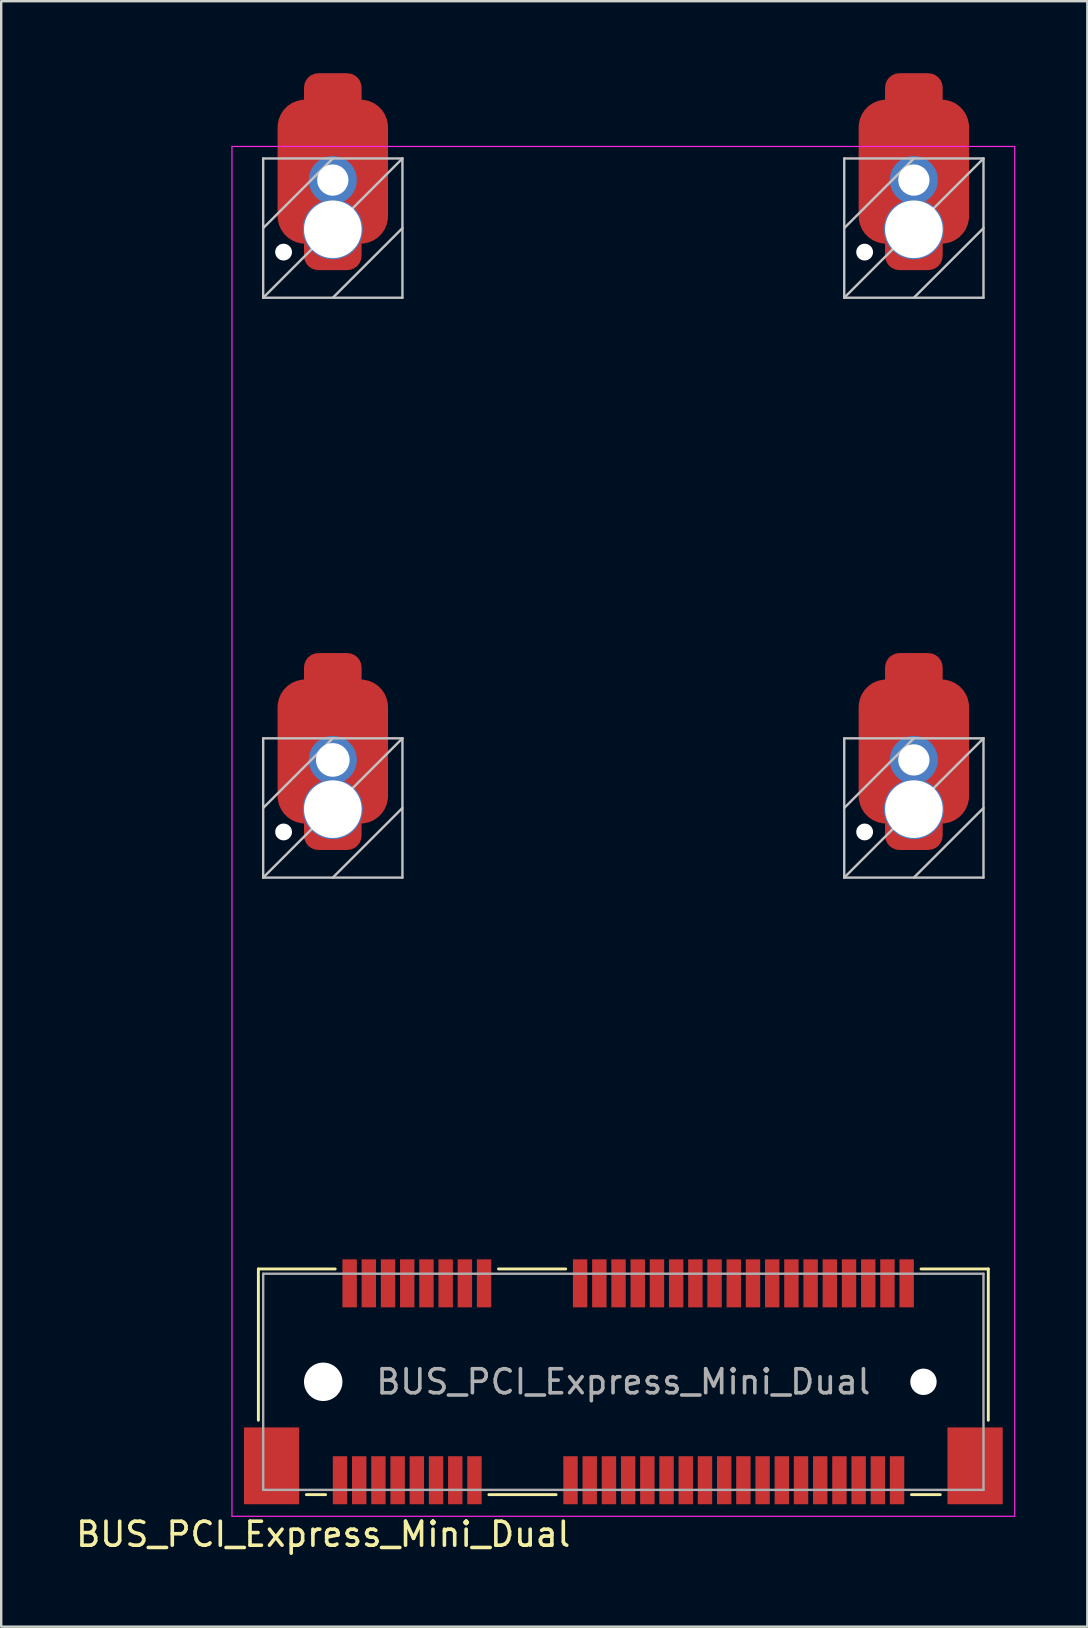
<source format=kicad_pcb>
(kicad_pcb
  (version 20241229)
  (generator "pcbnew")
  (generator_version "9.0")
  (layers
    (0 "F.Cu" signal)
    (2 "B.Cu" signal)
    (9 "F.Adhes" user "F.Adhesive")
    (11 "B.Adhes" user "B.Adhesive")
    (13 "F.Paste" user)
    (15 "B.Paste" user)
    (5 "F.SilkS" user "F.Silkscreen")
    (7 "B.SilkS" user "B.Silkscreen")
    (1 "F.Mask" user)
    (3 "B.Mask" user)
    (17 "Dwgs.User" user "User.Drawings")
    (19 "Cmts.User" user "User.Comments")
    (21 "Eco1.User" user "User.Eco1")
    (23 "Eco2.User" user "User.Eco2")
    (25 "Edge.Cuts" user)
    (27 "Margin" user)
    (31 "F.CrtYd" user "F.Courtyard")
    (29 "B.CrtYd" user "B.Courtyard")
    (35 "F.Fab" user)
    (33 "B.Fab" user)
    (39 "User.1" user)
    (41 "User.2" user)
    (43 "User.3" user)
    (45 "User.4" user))
  (footprint "BUS_PCI_Express_Mini_Dual"
    (layer "F.Cu")
    (at 22.911 54.5)
    (property "Reference" "BUS_PCI_Express_Mini_Dual" (at -12.5 6.35 180) (layer "F.SilkS") (effects (font (size 1 1) (thickness 0.15))))
    (attr smd)
    (fp_line (start -15.2 -4.7) (end -15.2 1.6) (stroke (width 0.12) (type solid)) (layer "F.SilkS"))
    (fp_line (start -13.2 4.7) (end -12.4 4.7) (stroke (width 0.12) (type solid)) (layer "F.SilkS"))
    (fp_line (start -12 -4.7) (end -15.2 -4.7) (stroke (width 0.12) (type solid)) (layer "F.SilkS"))
    (fp_line (start -5.6 4.7) (end -2.8 4.7) (stroke (width 0.12) (type solid)) (layer "F.SilkS"))
    (fp_line (start -5.2 -4.7) (end -2.4 -4.7) (stroke (width 0.12) (type solid)) (layer "F.SilkS"))
    (fp_line (start 12 4.7) (end 13.2 4.7) (stroke (width 0.12) (type solid)) (layer "F.SilkS"))
    (fp_line (start 12.4 -4.7) (end 15.2 -4.7) (stroke (width 0.12) (type solid)) (layer "F.SilkS"))
    (fp_line (start 15.2 1.6) (end 15.2 -4.7) (stroke (width 0.12) (type solid)) (layer "F.SilkS"))
    (fp_line (start -15 -50.95) (end -15 -45.15) (stroke (width 0.1) (type solid)) (layer "Dwgs.User"))
    (fp_line (start -15 -50.95) (end -9.2 -50.95) (stroke (width 0.1) (type solid)) (layer "Dwgs.User"))
    (fp_line (start -15 -45.15) (end -9.2 -45.15) (stroke (width 0.1) (type solid)) (layer "Dwgs.User"))
    (fp_line (start -15 -26.8) (end -15 -21) (stroke (width 0.1) (type solid)) (layer "Dwgs.User"))
    (fp_line (start -15 -21) (end -9.2 -21) (stroke (width 0.1) (type solid)) (layer "Dwgs.User"))
    (fp_line (start -12.1 -50.95) (end -15 -48.05) (stroke (width 0.1) (type solid)) (layer "Dwgs.User"))
    (fp_line (start -12.1 -26.8) (end -15 -23.9) (stroke (width 0.1) (type solid)) (layer "Dwgs.User"))
    (fp_line (start -9.2 -50.95) (end -15 -45.15) (stroke (width 0.1) (type solid)) (layer "Dwgs.User"))
    (fp_line (start -9.2 -50.95) (end -9.2 -45.15) (stroke (width 0.1) (type solid)) (layer "Dwgs.User"))
    (fp_line (start -9.2 -48.05) (end -12.1 -45.15) (stroke (width 0.1) (type solid)) (layer "Dwgs.User"))
    (fp_line (start -9.2 -26.8) (end -15 -26.8) (stroke (width 0.1) (type solid)) (layer "Dwgs.User"))
    (fp_line (start -9.2 -26.8) (end -15 -21) (stroke (width 0.1) (type solid)) (layer "Dwgs.User"))
    (fp_line (start -9.2 -23.9) (end -12.1 -21) (stroke (width 0.1) (type solid)) (layer "Dwgs.User"))
    (fp_line (start -9.2 -21) (end -9.2 -26.8) (stroke (width 0.1) (type solid)) (layer "Dwgs.User"))
    (fp_line (start 9.2 -50.95) (end 9.2 -45.15) (stroke (width 0.1) (type solid)) (layer "Dwgs.User"))
    (fp_line (start 9.2 -50.95) (end 15 -50.95) (stroke (width 0.1) (type solid)) (layer "Dwgs.User"))
    (fp_line (start 9.2 -45.15) (end 15 -45.15) (stroke (width 0.1) (type solid)) (layer "Dwgs.User"))
    (fp_line (start 9.2 -26.8) (end 15 -26.8) (stroke (width 0.1) (type solid)) (layer "Dwgs.User"))
    (fp_line (start 9.2 -21) (end 9.2 -26.8) (stroke (width 0.1) (type solid)) (layer "Dwgs.User"))
    (fp_line (start 12.1 -50.95) (end 9.2 -48.05) (stroke (width 0.1) (type solid)) (layer "Dwgs.User"))
    (fp_line (start 12.1 -26.8) (end 9.2 -23.9) (stroke (width 0.1) (type solid)) (layer "Dwgs.User"))
    (fp_line (start 15 -50.95) (end 9.2 -45.15) (stroke (width 0.1) (type solid)) (layer "Dwgs.User"))
    (fp_line (start 15 -50.95) (end 15 -45.15) (stroke (width 0.1) (type solid)) (layer "Dwgs.User"))
    (fp_line (start 15 -48.05) (end 12.1 -45.15) (stroke (width 0.1) (type solid)) (layer "Dwgs.User"))
    (fp_line (start 15 -26.8) (end 9.2 -21) (stroke (width 0.1) (type solid)) (layer "Dwgs.User"))
    (fp_line (start 15 -26.8) (end 15 -21) (stroke (width 0.1) (type solid)) (layer "Dwgs.User"))
    (fp_line (start 15 -23.9) (end 12.1 -21) (stroke (width 0.1) (type solid)) (layer "Dwgs.User"))
    (fp_line (start 15 -21) (end 9.2 -21) (stroke (width 0.1) (type solid)) (layer "Dwgs.User"))
    (fp_line (start -16.3 -51.45) (end 16.3 -51.45) (stroke (width 0.05) (type solid)) (layer "F.CrtYd"))
    (fp_line (start -16.3 5.6) (end -16.3 -51.45) (stroke (width 0.05) (type solid)) (layer "F.CrtYd"))
    (fp_line (start 16.3 -51.45) (end 16.3 5.6) (stroke (width 0.05) (type solid)) (layer "F.CrtYd"))
    (fp_line (start 16.3 5.6) (end -16.3 5.6) (stroke (width 0.05) (type solid)) (layer "F.CrtYd"))
    (fp_line (start -15 -4.5) (end -15 4.5) (stroke (width 0.1) (type solid)) (layer "F.Fab"))
    (fp_line (start -15 4.5) (end 15 4.5) (stroke (width 0.1) (type solid)) (layer "F.Fab"))
    (fp_line (start 15 -4.5) (end -15 -4.5) (stroke (width 0.1) (type solid)) (layer "F.Fab"))
    (fp_line (start 15 4.5) (end 15 -4.5) (stroke (width 0.1) (type solid)) (layer "F.Fab"))
    (fp_text user "${REFERENCE}" (at 0 0 0) (layer "F.Fab") (effects (font (size 1 1) (thickness 0.15))))
    (pad "" np_thru_hole circle (at -14.15 -47.05) (size 0.7 0.7) (drill 0.7) (layers "*.Cu" "*.Mask"))
    (pad "" np_thru_hole circle (at -14.15 -22.9) (size 0.7 0.7) (drill 0.7) (layers "*.Cu" "*.Mask"))
    (pad "" np_thru_hole circle (at -12.5 0) (size 1.6 1.6) (drill 1.6) (layers "*.Cu" "*.Mask"))
    (pad "" np_thru_hole circle (at 10.05 -47.05) (size 0.7 0.7) (drill 0.7) (layers "*.Cu" "*.Mask"))
    (pad "" np_thru_hole circle (at 10.05 -22.9) (size 0.7 0.7) (drill 0.7) (layers "*.Cu" "*.Mask"))
    (pad "" np_thru_hole circle (at 12.5 0) (size 1.1 1.1) (drill 1.1) (layers "*.Cu" "*.Mask"))
    (pad "1" smd rect (at -11.8 4.1) (size 0.6 2) (layers "F.Cu" "F.Mask" "F.Paste"))
    (pad "2" smd rect (at -11.4 -4.1) (size 0.6 2) (layers "F.Cu" "F.Mask" "F.Paste"))
    (pad "3" smd rect (at -11 4.1) (size 0.6 2) (layers "F.Cu" "F.Mask" "F.Paste"))
    (pad "4" smd rect (at -10.6 -4.1) (size 0.6 2) (layers "F.Cu" "F.Mask" "F.Paste"))
    (pad "5" smd rect (at -10.2 4.1) (size 0.6 2) (layers "F.Cu" "F.Mask" "F.Paste"))
    (pad "6" smd rect (at -9.8 -4.1) (size 0.6 2) (layers "F.Cu" "F.Mask" "F.Paste"))
    (pad "7" smd rect (at -9.4 4.1) (size 0.6 2) (layers "F.Cu" "F.Mask" "F.Paste"))
    (pad "8" smd rect (at -9 -4.1) (size 0.6 2) (layers "F.Cu" "F.Mask" "F.Paste"))
    (pad "9" smd rect (at -8.6 4.1) (size 0.6 2) (layers "F.Cu" "F.Mask" "F.Paste"))
    (pad "10" smd rect (at -8.2 -4.1) (size 0.6 2) (layers "F.Cu" "F.Mask" "F.Paste"))
    (pad "11" smd rect (at -7.8 4.1) (size 0.6 2) (layers "F.Cu" "F.Mask" "F.Paste"))
    (pad "12" smd rect (at -7.4 -4.1) (size 0.6 2) (layers "F.Cu" "F.Mask" "F.Paste"))
    (pad "13" smd rect (at -7 4.1) (size 0.6 2) (layers "F.Cu" "F.Mask" "F.Paste"))
    (pad "14" smd rect (at -6.6 -4.1) (size 0.6 2) (layers "F.Cu" "F.Mask" "F.Paste"))
    (pad "15" smd rect (at -6.2 4.1) (size 0.6 2) (layers "F.Cu" "F.Mask" "F.Paste"))
    (pad "16" smd rect (at -5.8 -4.1) (size 0.6 2) (layers "F.Cu" "F.Mask" "F.Paste"))
    (pad "17" smd rect (at -2.2 4.1) (size 0.6 2) (layers "F.Cu" "F.Mask" "F.Paste"))
    (pad "18" smd rect (at -1.8 -4.1) (size 0.6 2) (layers "F.Cu" "F.Mask" "F.Paste"))
    (pad "19" smd rect (at -1.4 4.1) (size 0.6 2) (layers "F.Cu" "F.Mask" "F.Paste"))
    (pad "20" smd rect (at -1 -4.1) (size 0.6 2) (layers "F.Cu" "F.Mask" "F.Paste"))
    (pad "21" smd rect (at -0.6 4.1) (size 0.6 2) (layers "F.Cu" "F.Mask" "F.Paste"))
    (pad "22" smd rect (at -0.2 -4.1) (size 0.6 2) (layers "F.Cu" "F.Mask" "F.Paste"))
    (pad "23" smd rect (at 0.2 4.1) (size 0.6 2) (layers "F.Cu" "F.Mask" "F.Paste"))
    (pad "24" smd rect (at 0.6 -4.1) (size 0.6 2) (layers "F.Cu" "F.Mask" "F.Paste"))
    (pad "25" smd rect (at 1 4.1) (size 0.6 2) (layers "F.Cu" "F.Mask" "F.Paste"))
    (pad "26" smd rect (at 1.4 -4.1) (size 0.6 2) (layers "F.Cu" "F.Mask" "F.Paste"))
    (pad "27" smd rect (at 1.8 4.1) (size 0.6 2) (layers "F.Cu" "F.Mask" "F.Paste"))
    (pad "28" smd rect (at 2.2 -4.1) (size 0.6 2) (layers "F.Cu" "F.Mask" "F.Paste"))
    (pad "29" smd rect (at 2.6 4.1) (size 0.6 2) (layers "F.Cu" "F.Mask" "F.Paste"))
    (pad "30" smd rect (at 3 -4.1) (size 0.6 2) (layers "F.Cu" "F.Mask" "F.Paste"))
    (pad "31" smd rect (at 3.4 4.1) (size 0.6 2) (layers "F.Cu" "F.Mask" "F.Paste"))
    (pad "32" smd rect (at 3.8 -4.1) (size 0.6 2) (layers "F.Cu" "F.Mask" "F.Paste"))
    (pad "33" smd rect (at 4.2 4.1) (size 0.6 2) (layers "F.Cu" "F.Mask" "F.Paste"))
    (pad "34" smd rect (at 4.6 -4.1) (size 0.6 2) (layers "F.Cu" "F.Mask" "F.Paste"))
    (pad "35" smd rect (at 5 4.1) (size 0.6 2) (layers "F.Cu" "F.Mask" "F.Paste"))
    (pad "36" smd rect (at 5.4 -4.1) (size 0.6 2) (layers "F.Cu" "F.Mask" "F.Paste"))
    (pad "37" smd rect (at 5.8 4.1) (size 0.6 2) (layers "F.Cu" "F.Mask" "F.Paste"))
    (pad "38" smd rect (at 6.2 -4.1) (size 0.6 2) (layers "F.Cu" "F.Mask" "F.Paste"))
    (pad "39" smd rect (at 6.6 4.1) (size 0.6 2) (layers "F.Cu" "F.Mask" "F.Paste"))
    (pad "40" smd rect (at 7 -4.1) (size 0.6 2) (layers "F.Cu" "F.Mask" "F.Paste"))
    (pad "41" smd rect (at 7.4 4.1) (size 0.6 2) (layers "F.Cu" "F.Mask" "F.Paste"))
    (pad "42" smd rect (at 7.8 -4.1) (size 0.6 2) (layers "F.Cu" "F.Mask" "F.Paste"))
    (pad "43" smd rect (at 8.2 4.1) (size 0.6 2) (layers "F.Cu" "F.Mask" "F.Paste"))
    (pad "44" smd rect (at 8.6 -4.1) (size 0.6 2) (layers "F.Cu" "F.Mask" "F.Paste"))
    (pad "45" smd rect (at 9 4.1) (size 0.6 2) (layers "F.Cu" "F.Mask" "F.Paste"))
    (pad "46" smd rect (at 9.4 -4.1) (size 0.6 2) (layers "F.Cu" "F.Mask" "F.Paste"))
    (pad "47" smd rect (at 9.8 4.1) (size 0.6 2) (layers "F.Cu" "F.Mask" "F.Paste"))
    (pad "48" smd rect (at 10.2 -4.1) (size 0.6 2) (layers "F.Cu" "F.Mask" "F.Paste"))
    (pad "49" smd rect (at 10.6 4.1) (size 0.6 2) (layers "F.Cu" "F.Mask" "F.Paste"))
    (pad "50" smd rect (at 11 -4.1) (size 0.6 2) (layers "F.Cu" "F.Mask" "F.Paste"))
    (pad "51" smd rect (at 11.4 4.1) (size 0.6 2) (layers "F.Cu" "F.Mask" "F.Paste"))
    (pad "52" smd rect (at 11.8 -4.1) (size 0.6 2) (layers "F.Cu" "F.Mask" "F.Paste"))
    (pad "MP" smd rect (at -14.65 3.5) (size 2.3 3.2) (layers "F.Cu" "F.Mask" "F.Paste"))
    (pad "MP" smd roundrect (at -12.1 -50.4 90) (size 6 4.6) (layers "F.Cu" "F.Mask" "F.Paste") (roundrect_rratio 0.25))
    (pad "MP" smd roundrect (at -12.1 -50.4 90) (size 8.2 2.4) (layers "F.Cu" "F.Mask" "F.Paste") (roundrect_rratio 0.25))
    (pad "MP" thru_hole circle (at -12.1 -50.05) (size 2 2) (drill 1.3) (layers "*.Cu" "*.Mask"))
    (pad "MP" thru_hole circle (at -12.1 -48) (size 2.5 2.5) (drill 2.4) (layers "*.Cu" "*.Mask"))
    (pad "MP" smd roundrect (at -12.1 -26.25 90) (size 6 4.6) (layers "F.Cu" "F.Mask" "F.Paste") (roundrect_rratio 0.25))
    (pad "MP" smd roundrect (at -12.1 -26.25 90) (size 8.2 2.4) (layers "F.Cu" "F.Mask" "F.Paste") (roundrect_rratio 0.25))
    (pad "MP" thru_hole circle (at -12.1 -25.9) (size 2 2) (drill 1.4) (layers "*.Cu" "*.Mask"))
    (pad "MP" thru_hole circle (at -12.1 -23.85) (size 2.5 2.5) (drill 2.4) (layers "*.Cu" "*.Mask"))
    (pad "MP" smd roundrect (at 12.1 -50.4 90) (size 6 4.6) (layers "F.Cu" "F.Mask" "F.Paste") (roundrect_rratio 0.25))
    (pad "MP" smd roundrect (at 12.1 -50.4 90) (size 8.2 2.4) (layers "F.Cu" "F.Mask" "F.Paste") (roundrect_rratio 0.25))
    (pad "MP" thru_hole circle (at 12.1 -50.05) (size 2 2) (drill 1.3) (layers "*.Cu" "*.Mask"))
    (pad "MP" thru_hole circle (at 12.1 -48) (size 2.5 2.5) (drill 2.4) (layers "*.Cu" "*.Mask"))
    (pad "MP" smd roundrect (at 12.1 -26.25 90) (size 6 4.6) (layers "F.Cu" "F.Mask" "F.Paste") (roundrect_rratio 0.25))
    (pad "MP" smd roundrect (at 12.1 -26.25 90) (size 8.2 2.4) (layers "F.Cu" "F.Mask" "F.Paste") (roundrect_rratio 0.25))
    (pad "MP" thru_hole circle (at 12.1 -25.9) (size 2 2) (drill 1.3) (layers "*.Cu" "*.Mask"))
    (pad "MP" thru_hole circle (at 12.1 -23.85) (size 2.5 2.5) (drill 2.4) (layers "*.Cu" "*.Mask"))
    (pad "MP" smd rect (at 14.65 3.5) (size 2.3 3.2) (layers "F.Cu" "F.Mask" "F.Paste")))
  (gr_rect
    (start -3 -3)
    (end 42.236 64.698)
    (stroke (width 0.1) (type default))
    (fill no)
    (layer "Edge.Cuts")))
</source>
